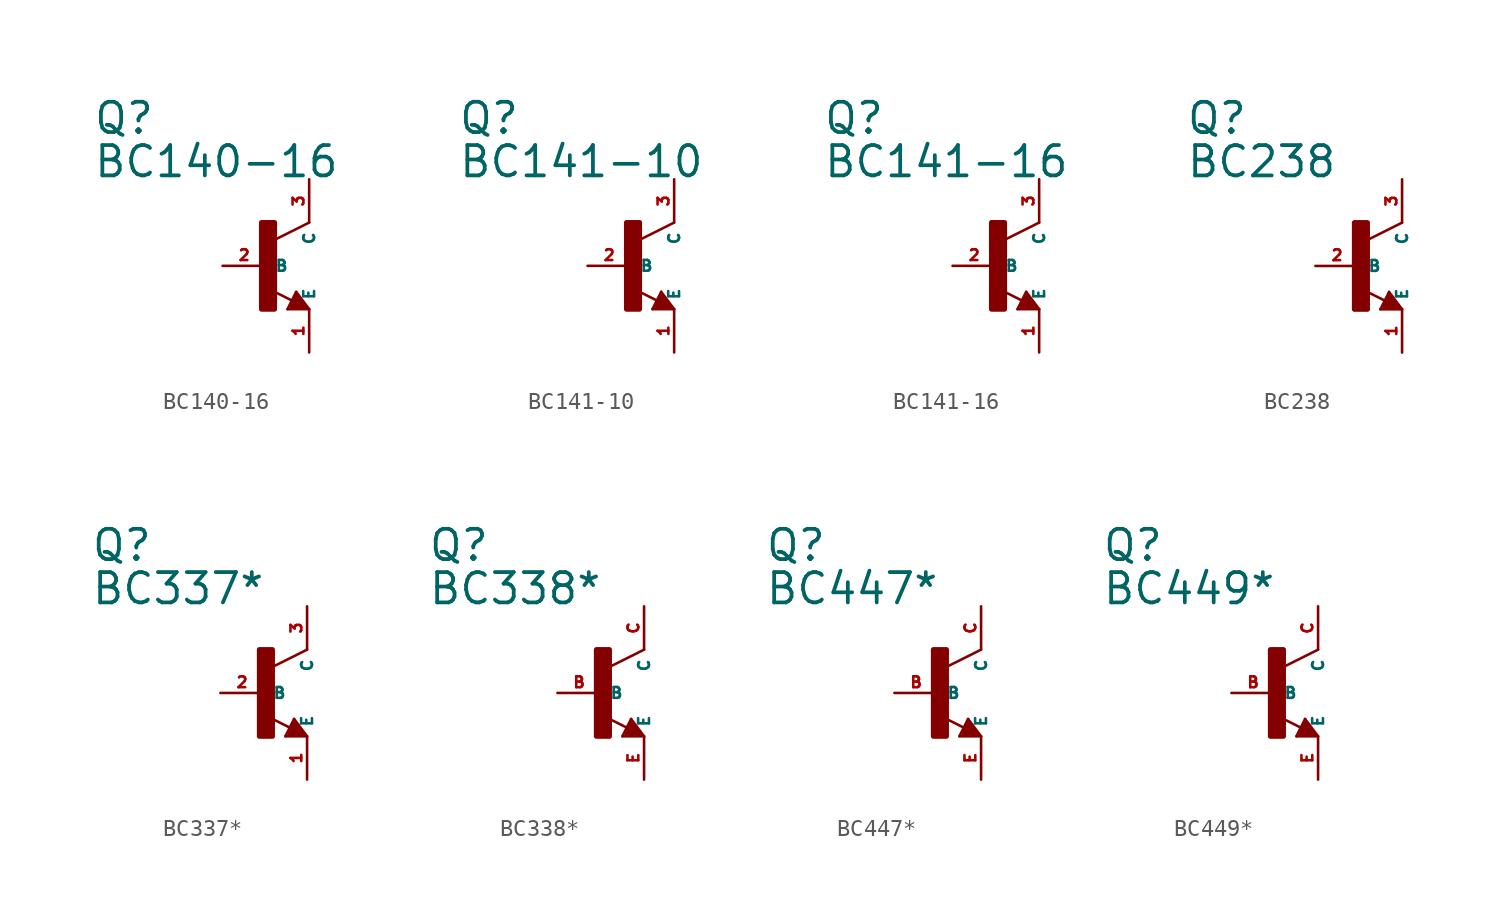
<source format=kicad_sym>
(kicad_symbol_lib
  (version 20220914)
  (generator Eagle2Kicad)
  (symbol "BC140-16"
    (property "Reference" "Q"
      (at -10.16 7.62 0)
      (effects (font (size 1.778 1.778) (thickness 0.22)) (justify left bottom)))
    (property "Value" "BC140-16"
      (at -10.16 5.08 0)
      (effects (font (size 1.778 1.778) (thickness 0.22)) (justify left bottom)))
    (polyline
      (pts (xy 2.54 2.54) (xy 0.508 1.524))
      (stroke (width 0.152) (type default))
      (fill (type none)))
    (polyline
      (pts (xy 1.778 -1.524) (xy 2.54 -2.54))
      (stroke (width 0.152) (type default))
      (fill (type none)))
    (polyline
      (pts (xy 2.54 -2.54) (xy 1.27 -2.54))
      (stroke (width 0.152) (type default))
      (fill (type none)))
    (polyline
      (pts (xy 1.27 -2.54) (xy 1.778 -1.524))
      (stroke (width 0.152) (type default))
      (fill (type none)))
    (polyline
      (pts (xy 1.54 -2.04) (xy 0.308 -1.424))
      (stroke (width 0.152) (type default))
      (fill (type none)))
    (polyline
      (pts (xy 1.524 -2.413) (xy 2.286 -2.413))
      (stroke (width 0.254) (type default))
      (fill (type none)))
    (polyline
      (pts (xy 2.286 -2.413) (xy 1.778 -1.778))
      (stroke (width 0.254) (type default))
      (fill (type none)))
    (polyline
      (pts (xy 1.778 -1.778) (xy 1.524 -2.286))
      (stroke (width 0.254) (type default))
      (fill (type none)))
    (polyline
      (pts (xy 1.524 -2.286) (xy 1.905 -2.286))
      (stroke (width 0.254) (type default))
      (fill (type none)))
    (polyline
      (pts (xy 1.905 -2.286) (xy 1.778 -2.032))
      (stroke (width 0.254) (type default))
      (fill (type none)))
    (rectangle
      (start -0.254 -2.54)
      (end 0.508 2.54)
      (stroke (width 0.3) (type default))
      (fill (type outline)))
    (pin passive line
      (at -2.54 0 0)
      (length 2.54)
      (name "B" (effects (font (size 0.635 0.635) (thickness 0.08)) (justify left bottom)))
      (number "2" (effects (font (size 0.635 0.635) (thickness 0.08)) (justify left bottom))))
    (pin passive line
      (at 2.54 -5.08 90)
      (length 2.54)
      (name "E" (effects (font (size 0.635 0.635) (thickness 0.08)) (justify left bottom)))
      (number "1" (effects (font (size 0.635 0.635) (thickness 0.08)) (justify left bottom))))
    (pin passive line
      (at 2.54 5.08 270)
      (length 2.54)
      (name "C" (effects (font (size 0.635 0.635) (thickness 0.08)) (justify left bottom)))
      (number "3" (effects (font (size 0.635 0.635) (thickness 0.08)) (justify left bottom)))))
  (symbol "BC141-10"
    (property "Reference" "Q"
      (at -10.16 7.62 0)
      (effects (font (size 1.778 1.778) (thickness 0.22)) (justify left bottom)))
    (property "Value" "BC141-10"
      (at -10.16 5.08 0)
      (effects (font (size 1.778 1.778) (thickness 0.22)) (justify left bottom)))
    (polyline
      (pts (xy 2.54 2.54) (xy 0.508 1.524))
      (stroke (width 0.152) (type default))
      (fill (type none)))
    (polyline
      (pts (xy 1.778 -1.524) (xy 2.54 -2.54))
      (stroke (width 0.152) (type default))
      (fill (type none)))
    (polyline
      (pts (xy 2.54 -2.54) (xy 1.27 -2.54))
      (stroke (width 0.152) (type default))
      (fill (type none)))
    (polyline
      (pts (xy 1.27 -2.54) (xy 1.778 -1.524))
      (stroke (width 0.152) (type default))
      (fill (type none)))
    (polyline
      (pts (xy 1.54 -2.04) (xy 0.308 -1.424))
      (stroke (width 0.152) (type default))
      (fill (type none)))
    (polyline
      (pts (xy 1.524 -2.413) (xy 2.286 -2.413))
      (stroke (width 0.254) (type default))
      (fill (type none)))
    (polyline
      (pts (xy 2.286 -2.413) (xy 1.778 -1.778))
      (stroke (width 0.254) (type default))
      (fill (type none)))
    (polyline
      (pts (xy 1.778 -1.778) (xy 1.524 -2.286))
      (stroke (width 0.254) (type default))
      (fill (type none)))
    (polyline
      (pts (xy 1.524 -2.286) (xy 1.905 -2.286))
      (stroke (width 0.254) (type default))
      (fill (type none)))
    (polyline
      (pts (xy 1.905 -2.286) (xy 1.778 -2.032))
      (stroke (width 0.254) (type default))
      (fill (type none)))
    (rectangle
      (start -0.254 -2.54)
      (end 0.508 2.54)
      (stroke (width 0.3) (type default))
      (fill (type outline)))
    (pin passive line
      (at -2.54 0 0)
      (length 2.54)
      (name "B" (effects (font (size 0.635 0.635) (thickness 0.08)) (justify left bottom)))
      (number "2" (effects (font (size 0.635 0.635) (thickness 0.08)) (justify left bottom))))
    (pin passive line
      (at 2.54 -5.08 90)
      (length 2.54)
      (name "E" (effects (font (size 0.635 0.635) (thickness 0.08)) (justify left bottom)))
      (number "1" (effects (font (size 0.635 0.635) (thickness 0.08)) (justify left bottom))))
    (pin passive line
      (at 2.54 5.08 270)
      (length 2.54)
      (name "C" (effects (font (size 0.635 0.635) (thickness 0.08)) (justify left bottom)))
      (number "3" (effects (font (size 0.635 0.635) (thickness 0.08)) (justify left bottom)))))
  (symbol "BC141-16"
    (property "Reference" "Q"
      (at -10.16 7.62 0)
      (effects (font (size 1.778 1.778) (thickness 0.22)) (justify left bottom)))
    (property "Value" "BC141-16"
      (at -10.16 5.08 0)
      (effects (font (size 1.778 1.778) (thickness 0.22)) (justify left bottom)))
    (polyline
      (pts (xy 2.54 2.54) (xy 0.508 1.524))
      (stroke (width 0.152) (type default))
      (fill (type none)))
    (polyline
      (pts (xy 1.778 -1.524) (xy 2.54 -2.54))
      (stroke (width 0.152) (type default))
      (fill (type none)))
    (polyline
      (pts (xy 2.54 -2.54) (xy 1.27 -2.54))
      (stroke (width 0.152) (type default))
      (fill (type none)))
    (polyline
      (pts (xy 1.27 -2.54) (xy 1.778 -1.524))
      (stroke (width 0.152) (type default))
      (fill (type none)))
    (polyline
      (pts (xy 1.54 -2.04) (xy 0.308 -1.424))
      (stroke (width 0.152) (type default))
      (fill (type none)))
    (polyline
      (pts (xy 1.524 -2.413) (xy 2.286 -2.413))
      (stroke (width 0.254) (type default))
      (fill (type none)))
    (polyline
      (pts (xy 2.286 -2.413) (xy 1.778 -1.778))
      (stroke (width 0.254) (type default))
      (fill (type none)))
    (polyline
      (pts (xy 1.778 -1.778) (xy 1.524 -2.286))
      (stroke (width 0.254) (type default))
      (fill (type none)))
    (polyline
      (pts (xy 1.524 -2.286) (xy 1.905 -2.286))
      (stroke (width 0.254) (type default))
      (fill (type none)))
    (polyline
      (pts (xy 1.905 -2.286) (xy 1.778 -2.032))
      (stroke (width 0.254) (type default))
      (fill (type none)))
    (rectangle
      (start -0.254 -2.54)
      (end 0.508 2.54)
      (stroke (width 0.3) (type default))
      (fill (type outline)))
    (pin passive line
      (at -2.54 0 0)
      (length 2.54)
      (name "B" (effects (font (size 0.635 0.635) (thickness 0.08)) (justify left bottom)))
      (number "2" (effects (font (size 0.635 0.635) (thickness 0.08)) (justify left bottom))))
    (pin passive line
      (at 2.54 -5.08 90)
      (length 2.54)
      (name "E" (effects (font (size 0.635 0.635) (thickness 0.08)) (justify left bottom)))
      (number "1" (effects (font (size 0.635 0.635) (thickness 0.08)) (justify left bottom))))
    (pin passive line
      (at 2.54 5.08 270)
      (length 2.54)
      (name "C" (effects (font (size 0.635 0.635) (thickness 0.08)) (justify left bottom)))
      (number "3" (effects (font (size 0.635 0.635) (thickness 0.08)) (justify left bottom)))))
  (symbol "BC238"
    (property "Reference" "Q"
      (at -10.16 7.62 0)
      (effects (font (size 1.778 1.778) (thickness 0.22)) (justify left bottom)))
    (property "Value" "BC238"
      (at -10.16 5.08 0)
      (effects (font (size 1.778 1.778) (thickness 0.22)) (justify left bottom)))
    (polyline
      (pts (xy 2.54 2.54) (xy 0.508 1.524))
      (stroke (width 0.152) (type default))
      (fill (type none)))
    (polyline
      (pts (xy 1.778 -1.524) (xy 2.54 -2.54))
      (stroke (width 0.152) (type default))
      (fill (type none)))
    (polyline
      (pts (xy 2.54 -2.54) (xy 1.27 -2.54))
      (stroke (width 0.152) (type default))
      (fill (type none)))
    (polyline
      (pts (xy 1.27 -2.54) (xy 1.778 -1.524))
      (stroke (width 0.152) (type default))
      (fill (type none)))
    (polyline
      (pts (xy 1.54 -2.04) (xy 0.308 -1.424))
      (stroke (width 0.152) (type default))
      (fill (type none)))
    (polyline
      (pts (xy 1.524 -2.413) (xy 2.286 -2.413))
      (stroke (width 0.254) (type default))
      (fill (type none)))
    (polyline
      (pts (xy 2.286 -2.413) (xy 1.778 -1.778))
      (stroke (width 0.254) (type default))
      (fill (type none)))
    (polyline
      (pts (xy 1.778 -1.778) (xy 1.524 -2.286))
      (stroke (width 0.254) (type default))
      (fill (type none)))
    (polyline
      (pts (xy 1.524 -2.286) (xy 1.905 -2.286))
      (stroke (width 0.254) (type default))
      (fill (type none)))
    (polyline
      (pts (xy 1.905 -2.286) (xy 1.778 -2.032))
      (stroke (width 0.254) (type default))
      (fill (type none)))
    (rectangle
      (start -0.254 -2.54)
      (end 0.508 2.54)
      (stroke (width 0.3) (type default))
      (fill (type outline)))
    (pin passive line
      (at -2.54 0 0)
      (length 2.54)
      (name "B" (effects (font (size 0.635 0.635) (thickness 0.08)) (justify left bottom)))
      (number "2" (effects (font (size 0.635 0.635) (thickness 0.08)) (justify left bottom))))
    (pin passive line
      (at 2.54 -5.08 90)
      (length 2.54)
      (name "E" (effects (font (size 0.635 0.635) (thickness 0.08)) (justify left bottom)))
      (number "1" (effects (font (size 0.635 0.635) (thickness 0.08)) (justify left bottom))))
    (pin passive line
      (at 2.54 5.08 270)
      (length 2.54)
      (name "C" (effects (font (size 0.635 0.635) (thickness 0.08)) (justify left bottom)))
      (number "3" (effects (font (size 0.635 0.635) (thickness 0.08)) (justify left bottom)))))
  (symbol "BC337*"
    (property "Reference" "Q"
      (at -10.16 7.62 0)
      (effects (font (size 1.778 1.778) (thickness 0.22)) (justify left bottom)))
    (property "Value" "BC337*"
      (at -10.16 5.08 0)
      (effects (font (size 1.778 1.778) (thickness 0.22)) (justify left bottom)))
    (polyline
      (pts (xy 2.54 2.54) (xy 0.508 1.524))
      (stroke (width 0.152) (type default))
      (fill (type none)))
    (polyline
      (pts (xy 1.778 -1.524) (xy 2.54 -2.54))
      (stroke (width 0.152) (type default))
      (fill (type none)))
    (polyline
      (pts (xy 2.54 -2.54) (xy 1.27 -2.54))
      (stroke (width 0.152) (type default))
      (fill (type none)))
    (polyline
      (pts (xy 1.27 -2.54) (xy 1.778 -1.524))
      (stroke (width 0.152) (type default))
      (fill (type none)))
    (polyline
      (pts (xy 1.54 -2.04) (xy 0.308 -1.424))
      (stroke (width 0.152) (type default))
      (fill (type none)))
    (polyline
      (pts (xy 1.524 -2.413) (xy 2.286 -2.413))
      (stroke (width 0.254) (type default))
      (fill (type none)))
    (polyline
      (pts (xy 2.286 -2.413) (xy 1.778 -1.778))
      (stroke (width 0.254) (type default))
      (fill (type none)))
    (polyline
      (pts (xy 1.778 -1.778) (xy 1.524 -2.286))
      (stroke (width 0.254) (type default))
      (fill (type none)))
    (polyline
      (pts (xy 1.524 -2.286) (xy 1.905 -2.286))
      (stroke (width 0.254) (type default))
      (fill (type none)))
    (polyline
      (pts (xy 1.905 -2.286) (xy 1.778 -2.032))
      (stroke (width 0.254) (type default))
      (fill (type none)))
    (rectangle
      (start -0.254 -2.54)
      (end 0.508 2.54)
      (stroke (width 0.3) (type default))
      (fill (type outline)))
    (pin passive line
      (at -2.54 0 0)
      (length 2.54)
      (name "B" (effects (font (size 0.635 0.635) (thickness 0.08)) (justify left bottom)))
      (number "2" (effects (font (size 0.635 0.635) (thickness 0.08)) (justify left bottom))))
    (pin passive line
      (at 2.54 -5.08 90)
      (length 2.54)
      (name "E" (effects (font (size 0.635 0.635) (thickness 0.08)) (justify left bottom)))
      (number "1" (effects (font (size 0.635 0.635) (thickness 0.08)) (justify left bottom))))
    (pin passive line
      (at 2.54 5.08 270)
      (length 2.54)
      (name "C" (effects (font (size 0.635 0.635) (thickness 0.08)) (justify left bottom)))
      (number "3" (effects (font (size 0.635 0.635) (thickness 0.08)) (justify left bottom)))))
  (symbol "BC338*"
    (property "Reference" "Q"
      (at -10.16 7.62 0)
      (effects (font (size 1.778 1.778) (thickness 0.22)) (justify left bottom)))
    (property "Value" "BC338*"
      (at -10.16 5.08 0)
      (effects (font (size 1.778 1.778) (thickness 0.22)) (justify left bottom)))
    (polyline
      (pts (xy 2.54 2.54) (xy 0.508 1.524))
      (stroke (width 0.152) (type default))
      (fill (type none)))
    (polyline
      (pts (xy 1.778 -1.524) (xy 2.54 -2.54))
      (stroke (width 0.152) (type default))
      (fill (type none)))
    (polyline
      (pts (xy 2.54 -2.54) (xy 1.27 -2.54))
      (stroke (width 0.152) (type default))
      (fill (type none)))
    (polyline
      (pts (xy 1.27 -2.54) (xy 1.778 -1.524))
      (stroke (width 0.152) (type default))
      (fill (type none)))
    (polyline
      (pts (xy 1.54 -2.04) (xy 0.308 -1.424))
      (stroke (width 0.152) (type default))
      (fill (type none)))
    (polyline
      (pts (xy 1.524 -2.413) (xy 2.286 -2.413))
      (stroke (width 0.254) (type default))
      (fill (type none)))
    (polyline
      (pts (xy 2.286 -2.413) (xy 1.778 -1.778))
      (stroke (width 0.254) (type default))
      (fill (type none)))
    (polyline
      (pts (xy 1.778 -1.778) (xy 1.524 -2.286))
      (stroke (width 0.254) (type default))
      (fill (type none)))
    (polyline
      (pts (xy 1.524 -2.286) (xy 1.905 -2.286))
      (stroke (width 0.254) (type default))
      (fill (type none)))
    (polyline
      (pts (xy 1.905 -2.286) (xy 1.778 -2.032))
      (stroke (width 0.254) (type default))
      (fill (type none)))
    (rectangle
      (start -0.254 -2.54)
      (end 0.508 2.54)
      (stroke (width 0.3) (type default))
      (fill (type outline)))
    (pin passive line
      (at -2.54 0 0)
      (length 2.54)
      (name "B" (effects (font (size 0.635 0.635) (thickness 0.08)) (justify left bottom)))
      (number "B" (effects (font (size 0.635 0.635) (thickness 0.08)) (justify left bottom))))
    (pin passive line
      (at 2.54 -5.08 90)
      (length 2.54)
      (name "E" (effects (font (size 0.635 0.635) (thickness 0.08)) (justify left bottom)))
      (number "E" (effects (font (size 0.635 0.635) (thickness 0.08)) (justify left bottom))))
    (pin passive line
      (at 2.54 5.08 270)
      (length 2.54)
      (name "C" (effects (font (size 0.635 0.635) (thickness 0.08)) (justify left bottom)))
      (number "C" (effects (font (size 0.635 0.635) (thickness 0.08)) (justify left bottom)))))
  (symbol "BC447*"
    (property "Reference" "Q"
      (at -10.16 7.62 0)
      (effects (font (size 1.778 1.778) (thickness 0.22)) (justify left bottom)))
    (property "Value" "BC447*"
      (at -10.16 5.08 0)
      (effects (font (size 1.778 1.778) (thickness 0.22)) (justify left bottom)))
    (polyline
      (pts (xy 2.54 2.54) (xy 0.508 1.524))
      (stroke (width 0.152) (type default))
      (fill (type none)))
    (polyline
      (pts (xy 1.778 -1.524) (xy 2.54 -2.54))
      (stroke (width 0.152) (type default))
      (fill (type none)))
    (polyline
      (pts (xy 2.54 -2.54) (xy 1.27 -2.54))
      (stroke (width 0.152) (type default))
      (fill (type none)))
    (polyline
      (pts (xy 1.27 -2.54) (xy 1.778 -1.524))
      (stroke (width 0.152) (type default))
      (fill (type none)))
    (polyline
      (pts (xy 1.54 -2.04) (xy 0.308 -1.424))
      (stroke (width 0.152) (type default))
      (fill (type none)))
    (polyline
      (pts (xy 1.524 -2.413) (xy 2.286 -2.413))
      (stroke (width 0.254) (type default))
      (fill (type none)))
    (polyline
      (pts (xy 2.286 -2.413) (xy 1.778 -1.778))
      (stroke (width 0.254) (type default))
      (fill (type none)))
    (polyline
      (pts (xy 1.778 -1.778) (xy 1.524 -2.286))
      (stroke (width 0.254) (type default))
      (fill (type none)))
    (polyline
      (pts (xy 1.524 -2.286) (xy 1.905 -2.286))
      (stroke (width 0.254) (type default))
      (fill (type none)))
    (polyline
      (pts (xy 1.905 -2.286) (xy 1.778 -2.032))
      (stroke (width 0.254) (type default))
      (fill (type none)))
    (rectangle
      (start -0.254 -2.54)
      (end 0.508 2.54)
      (stroke (width 0.3) (type default))
      (fill (type outline)))
    (pin passive line
      (at -2.54 0 0)
      (length 2.54)
      (name "B" (effects (font (size 0.635 0.635) (thickness 0.08)) (justify left bottom)))
      (number "B" (effects (font (size 0.635 0.635) (thickness 0.08)) (justify left bottom))))
    (pin passive line
      (at 2.54 -5.08 90)
      (length 2.54)
      (name "E" (effects (font (size 0.635 0.635) (thickness 0.08)) (justify left bottom)))
      (number "E" (effects (font (size 0.635 0.635) (thickness 0.08)) (justify left bottom))))
    (pin passive line
      (at 2.54 5.08 270)
      (length 2.54)
      (name "C" (effects (font (size 0.635 0.635) (thickness 0.08)) (justify left bottom)))
      (number "C" (effects (font (size 0.635 0.635) (thickness 0.08)) (justify left bottom)))))
  (symbol "BC449*"
    (property "Reference" "Q"
      (at -10.16 7.62 0)
      (effects (font (size 1.778 1.778) (thickness 0.22)) (justify left bottom)))
    (property "Value" "BC449*"
      (at -10.16 5.08 0)
      (effects (font (size 1.778 1.778) (thickness 0.22)) (justify left bottom)))
    (polyline
      (pts (xy 2.54 2.54) (xy 0.508 1.524))
      (stroke (width 0.152) (type default))
      (fill (type none)))
    (polyline
      (pts (xy 1.778 -1.524) (xy 2.54 -2.54))
      (stroke (width 0.152) (type default))
      (fill (type none)))
    (polyline
      (pts (xy 2.54 -2.54) (xy 1.27 -2.54))
      (stroke (width 0.152) (type default))
      (fill (type none)))
    (polyline
      (pts (xy 1.27 -2.54) (xy 1.778 -1.524))
      (stroke (width 0.152) (type default))
      (fill (type none)))
    (polyline
      (pts (xy 1.54 -2.04) (xy 0.308 -1.424))
      (stroke (width 0.152) (type default))
      (fill (type none)))
    (polyline
      (pts (xy 1.524 -2.413) (xy 2.286 -2.413))
      (stroke (width 0.254) (type default))
      (fill (type none)))
    (polyline
      (pts (xy 2.286 -2.413) (xy 1.778 -1.778))
      (stroke (width 0.254) (type default))
      (fill (type none)))
    (polyline
      (pts (xy 1.778 -1.778) (xy 1.524 -2.286))
      (stroke (width 0.254) (type default))
      (fill (type none)))
    (polyline
      (pts (xy 1.524 -2.286) (xy 1.905 -2.286))
      (stroke (width 0.254) (type default))
      (fill (type none)))
    (polyline
      (pts (xy 1.905 -2.286) (xy 1.778 -2.032))
      (stroke (width 0.254) (type default))
      (fill (type none)))
    (rectangle
      (start -0.254 -2.54)
      (end 0.508 2.54)
      (stroke (width 0.3) (type default))
      (fill (type outline)))
    (pin passive line
      (at -2.54 0 0)
      (length 2.54)
      (name "B" (effects (font (size 0.635 0.635) (thickness 0.08)) (justify left bottom)))
      (number "B" (effects (font (size 0.635 0.635) (thickness 0.08)) (justify left bottom))))
    (pin passive line
      (at 2.54 -5.08 90)
      (length 2.54)
      (name "E" (effects (font (size 0.635 0.635) (thickness 0.08)) (justify left bottom)))
      (number "E" (effects (font (size 0.635 0.635) (thickness 0.08)) (justify left bottom))))
    (pin passive line
      (at 2.54 5.08 270)
      (length 2.54)
      (name "C" (effects (font (size 0.635 0.635) (thickness 0.08)) (justify left bottom)))
      (number "C" (effects (font (size 0.635 0.635) (thickness 0.08)) (justify left bottom))))))
</source>
